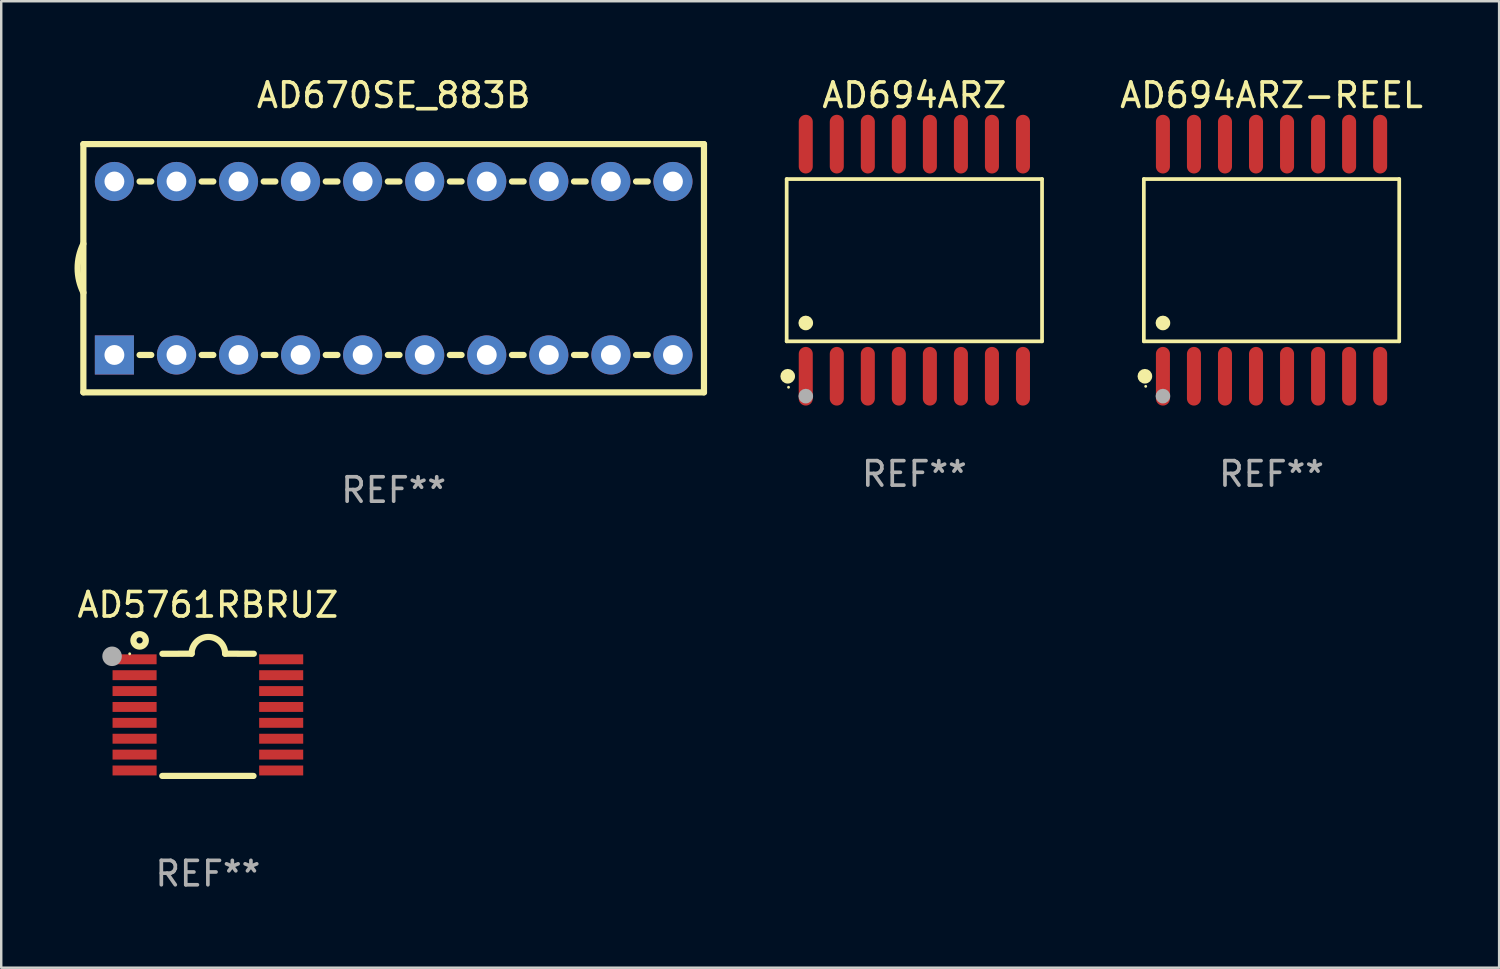
<source format=kicad_pcb>
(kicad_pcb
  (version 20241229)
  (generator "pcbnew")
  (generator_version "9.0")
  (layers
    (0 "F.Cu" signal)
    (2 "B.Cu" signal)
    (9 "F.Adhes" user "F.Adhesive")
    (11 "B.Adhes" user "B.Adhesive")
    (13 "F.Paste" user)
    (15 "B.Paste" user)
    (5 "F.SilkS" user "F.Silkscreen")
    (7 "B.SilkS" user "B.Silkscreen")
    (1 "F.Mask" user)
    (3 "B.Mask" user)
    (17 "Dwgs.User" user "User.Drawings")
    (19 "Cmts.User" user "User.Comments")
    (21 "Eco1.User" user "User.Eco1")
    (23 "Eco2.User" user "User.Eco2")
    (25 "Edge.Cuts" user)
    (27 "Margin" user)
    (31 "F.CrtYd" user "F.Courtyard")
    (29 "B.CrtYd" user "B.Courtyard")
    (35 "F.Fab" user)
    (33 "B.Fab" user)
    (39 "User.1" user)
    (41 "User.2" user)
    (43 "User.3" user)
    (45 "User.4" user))
  (footprint "AD5761RBRUZ"
    (layer "F.Cu")
    (at 5.458 26.206)
    (property "Reference" "AD5761RBRUZ" (at 0 -4.501 0) (layer "F.SilkS") (effects (font (size 1 1) (thickness 0.15))))
    (attr through_hole)
    (fp_line (start -1.868 2.501) (end 1.868 2.501) (stroke (width 0.254) (type solid)) (layer "F.SilkS"))
    (fp_line (start -1.86 -2.499) (end -0.666 -2.501) (stroke (width 0.254) (type solid)) (layer "F.SilkS"))
    (fp_line (start 0.706 -2.501) (end 1.88 -2.499) (stroke (width 0.254) (type solid)) (layer "F.SilkS"))
    (fp_arc (start -0.665914 -2.501448) (mid 0.019888 -3.18725) (end 0.70569 -2.501448) (stroke (width 0.254001) (type solid)) (layer "F.SilkS"))
    (fp_circle (center -3.2 -2.497) (end -3.17 -2.497) (stroke (width 0.06) (type solid)) (fill no) (layer "F.SilkS"))
    (fp_circle (center -2.794 -3.047) (end -2.54 -3.047) (stroke (width 0.254) (type solid)) (fill no) (layer "F.SilkS"))
    (fp_circle (center -3.921 -2.395) (end -3.721 -2.395) (stroke (width 0.4) (type solid)) (fill no) (layer "F.Fab"))
    (fp_text user "REF**" (at 0 6.501 0) (layer "F.Fab") (effects (font (size 1 1) (thickness 0.15))))
    (pad "1" smd rect (at -3 -2.272) (size 1.803 0.406) (layers "F.Cu" "F.Mask" "F.Paste"))
    (pad "2" smd rect (at -3 -1.622) (size 1.803 0.406) (layers "F.Cu" "F.Mask" "F.Paste"))
    (pad "3" smd rect (at -3 -0.972) (size 1.803 0.406) (layers "F.Cu" "F.Mask" "F.Paste"))
    (pad "4" smd rect (at -3 -0.322) (size 1.803 0.406) (layers "F.Cu" "F.Mask" "F.Paste"))
    (pad "5" smd rect (at -3 0.328) (size 1.803 0.406) (layers "F.Cu" "F.Mask" "F.Paste"))
    (pad "6" smd rect (at -3 0.978) (size 1.803 0.406) (layers "F.Cu" "F.Mask" "F.Paste"))
    (pad "7" smd rect (at -3 1.628) (size 1.803 0.406) (layers "F.Cu" "F.Mask" "F.Paste"))
    (pad "8" smd rect (at -3 2.278) (size 1.803 0.406) (layers "F.Cu" "F.Mask" "F.Paste"))
    (pad "9" smd rect (at 3 2.278) (size 1.803 0.406) (layers "F.Cu" "F.Mask" "F.Paste"))
    (pad "10" smd rect (at 3 1.628) (size 1.803 0.406) (layers "F.Cu" "F.Mask" "F.Paste"))
    (pad "11" smd rect (at 3 0.978) (size 1.803 0.406) (layers "F.Cu" "F.Mask" "F.Paste"))
    (pad "12" smd rect (at 3 0.328) (size 1.803 0.406) (layers "F.Cu" "F.Mask" "F.Paste"))
    (pad "13" smd rect (at 3 -0.322) (size 1.803 0.406) (layers "F.Cu" "F.Mask" "F.Paste"))
    (pad "14" smd rect (at 3 -0.972) (size 1.803 0.406) (layers "F.Cu" "F.Mask" "F.Paste"))
    (pad "15" smd rect (at 3 -1.622) (size 1.803 0.406) (layers "F.Cu" "F.Mask" "F.Paste"))
    (pad "16" smd rect (at 3 -2.272) (size 1.803 0.406) (layers "F.Cu" "F.Mask" "F.Paste")))
  (footprint "AD694ARZ-REEL"
    (layer "F.Cu")
    (at 48.991 7.599)
    (property "Reference" "AD694ARZ-REEL" (at 0 -6.75 0) (layer "F.SilkS") (effects (font (size 1 1) (thickness 0.15))))
    (attr through_hole)
    (fp_line (start -5.226 -3.321) (end 5.226 -3.321) (stroke (width 0.152) (type solid)) (layer "F.SilkS"))
    (fp_line (start -5.226 3.321) (end -5.226 -3.321) (stroke (width 0.152) (type solid)) (layer "F.SilkS"))
    (fp_line (start 5.226 -3.321) (end 5.226 3.321) (stroke (width 0.152) (type solid)) (layer "F.SilkS"))
    (fp_line (start 5.226 3.321) (end -5.226 3.321) (stroke (width 0.152) (type solid)) (layer "F.SilkS"))
    (fp_circle (center -5.184 4.75) (end -5.034 4.75) (stroke (width 0.3) (type solid)) (fill no) (layer "F.SilkS"))
    (fp_circle (center -5.15 5.163) (end -5.12 5.163) (stroke (width 0.06) (type solid)) (fill no) (layer "F.SilkS"))
    (fp_circle (center -4.445 2.569) (end -4.295 2.569) (stroke (width 0.3) (type solid)) (fill no) (layer "F.SilkS"))
    (fp_circle (center -4.445 5.563) (end -4.295 5.563) (stroke (width 0.3) (type solid)) (fill no) (layer "F.Fab"))
    (fp_text user "REF**" (at 0 8.75 0) (layer "F.Fab") (effects (font (size 1 1) (thickness 0.15))))
    (pad "1" smd oval (at -4.445 4.75) (size 0.574 2.401) (layers "F.Cu" "F.Mask" "F.Paste"))
    (pad "2" smd oval (at -3.175 4.75) (size 0.574 2.401) (layers "F.Cu" "F.Mask" "F.Paste"))
    (pad "3" smd oval (at -1.905 4.75) (size 0.574 2.401) (layers "F.Cu" "F.Mask" "F.Paste"))
    (pad "4" smd oval (at -0.635 4.75) (size 0.574 2.401) (layers "F.Cu" "F.Mask" "F.Paste"))
    (pad "5" smd oval (at 0.635 4.75) (size 0.574 2.401) (layers "F.Cu" "F.Mask" "F.Paste"))
    (pad "6" smd oval (at 1.905 4.75) (size 0.574 2.401) (layers "F.Cu" "F.Mask" "F.Paste"))
    (pad "7" smd oval (at 3.175 4.75) (size 0.574 2.401) (layers "F.Cu" "F.Mask" "F.Paste"))
    (pad "8" smd oval (at 4.445 4.75) (size 0.574 2.401) (layers "F.Cu" "F.Mask" "F.Paste"))
    (pad "9" smd oval (at 4.445 -4.75) (size 0.574 2.401) (layers "F.Cu" "F.Mask" "F.Paste"))
    (pad "10" smd oval (at 3.175 -4.75) (size 0.574 2.401) (layers "F.Cu" "F.Mask" "F.Paste"))
    (pad "11" smd oval (at 1.905 -4.75) (size 0.574 2.401) (layers "F.Cu" "F.Mask" "F.Paste"))
    (pad "12" smd oval (at 0.635 -4.75) (size 0.574 2.401) (layers "F.Cu" "F.Mask" "F.Paste"))
    (pad "13" smd oval (at -0.635 -4.75) (size 0.574 2.401) (layers "F.Cu" "F.Mask" "F.Paste"))
    (pad "14" smd oval (at -1.905 -4.75) (size 0.574 2.401) (layers "F.Cu" "F.Mask" "F.Paste"))
    (pad "15" smd oval (at -3.175 -4.75) (size 0.574 2.401) (layers "F.Cu" "F.Mask" "F.Paste"))
    (pad "16" smd oval (at -4.445 -4.75) (size 0.574 2.401) (layers "F.Cu" "F.Mask" "F.Paste")))
  (footprint "AD694ARZ"
    (layer "F.Cu")
    (at 34.373 7.599)
    (property "Reference" "AD694ARZ" (at 0 -6.75 0) (layer "F.SilkS") (effects (font (size 1 1) (thickness 0.15))))
    (attr through_hole)
    (fp_line (start -5.226 -3.321) (end 5.226 -3.321) (stroke (width 0.152) (type solid)) (layer "F.SilkS"))
    (fp_line (start -5.226 3.321) (end -5.226 -3.321) (stroke (width 0.152) (type solid)) (layer "F.SilkS"))
    (fp_line (start 5.226 -3.321) (end 5.226 3.321) (stroke (width 0.152) (type solid)) (layer "F.SilkS"))
    (fp_line (start 5.226 3.321) (end -5.226 3.321) (stroke (width 0.152) (type solid)) (layer "F.SilkS"))
    (fp_circle (center -5.184 4.75) (end -5.034 4.75) (stroke (width 0.3) (type solid)) (fill no) (layer "F.SilkS"))
    (fp_circle (center -5.15 5.2) (end -5.12 5.2) (stroke (width 0.06) (type solid)) (fill no) (layer "F.SilkS"))
    (fp_circle (center -4.445 2.569) (end -4.295 2.569) (stroke (width 0.3) (type solid)) (fill no) (layer "F.SilkS"))
    (fp_circle (center -4.445 5.563) (end -4.295 5.563) (stroke (width 0.3) (type solid)) (fill no) (layer "F.Fab"))
    (fp_text user "REF**" (at 0 8.75 0) (layer "F.Fab") (effects (font (size 1 1) (thickness 0.15))))
    (pad "1" smd oval (at -4.445 4.75) (size 0.574 2.401) (layers "F.Cu" "F.Mask" "F.Paste"))
    (pad "2" smd oval (at -3.175 4.75) (size 0.574 2.401) (layers "F.Cu" "F.Mask" "F.Paste"))
    (pad "3" smd oval (at -1.905 4.75) (size 0.574 2.401) (layers "F.Cu" "F.Mask" "F.Paste"))
    (pad "4" smd oval (at -0.635 4.75) (size 0.574 2.401) (layers "F.Cu" "F.Mask" "F.Paste"))
    (pad "5" smd oval (at 0.635 4.75) (size 0.574 2.401) (layers "F.Cu" "F.Mask" "F.Paste"))
    (pad "6" smd oval (at 1.905 4.75) (size 0.574 2.401) (layers "F.Cu" "F.Mask" "F.Paste"))
    (pad "7" smd oval (at 3.175 4.75) (size 0.574 2.401) (layers "F.Cu" "F.Mask" "F.Paste"))
    (pad "8" smd oval (at 4.445 4.75) (size 0.574 2.401) (layers "F.Cu" "F.Mask" "F.Paste"))
    (pad "9" smd oval (at 4.445 -4.75) (size 0.574 2.401) (layers "F.Cu" "F.Mask" "F.Paste"))
    (pad "10" smd oval (at 3.175 -4.75) (size 0.574 2.401) (layers "F.Cu" "F.Mask" "F.Paste"))
    (pad "11" smd oval (at 1.905 -4.75) (size 0.574 2.401) (layers "F.Cu" "F.Mask" "F.Paste"))
    (pad "12" smd oval (at 0.635 -4.75) (size 0.574 2.401) (layers "F.Cu" "F.Mask" "F.Paste"))
    (pad "13" smd oval (at -0.635 -4.75) (size 0.574 2.401) (layers "F.Cu" "F.Mask" "F.Paste"))
    (pad "14" smd oval (at -1.905 -4.75) (size 0.574 2.401) (layers "F.Cu" "F.Mask" "F.Paste"))
    (pad "15" smd oval (at -3.175 -4.75) (size 0.574 2.401) (layers "F.Cu" "F.Mask" "F.Paste"))
    (pad "16" smd oval (at -4.445 -4.75) (size 0.574 2.401) (layers "F.Cu" "F.Mask" "F.Paste")))
  (footprint "AD670SE_883B"
    (layer "F.Cu")
    (at 13.062 7.928)
    (property "Reference" "AD670SE_883B" (at 0 -7.08 0) (layer "F.SilkS") (effects (font (size 1 1) (thickness 0.15))))
    (attr through_hole)
    (fp_line (start -12.7 -5.08) (end -12.7 5.08) (stroke (width 0.254) (type solid)) (layer "F.SilkS"))
    (fp_line (start -12.7 5.08) (end 12.7 5.08) (stroke (width 0.254) (type solid)) (layer "F.SilkS"))
    (fp_line (start -10.399 -3.55) (end -9.921 -3.55) (stroke (width 0.254) (type solid)) (layer "F.SilkS"))
    (fp_line (start -10.399 3.55) (end -9.921 3.55) (stroke (width 0.254) (type solid)) (layer "F.SilkS"))
    (fp_line (start -7.859 -3.55) (end -7.381 -3.55) (stroke (width 0.254) (type solid)) (layer "F.SilkS"))
    (fp_line (start -7.859 3.55) (end -7.381 3.55) (stroke (width 0.254) (type solid)) (layer "F.SilkS"))
    (fp_line (start -5.319 -3.55) (end -4.841 -3.55) (stroke (width 0.254) (type solid)) (layer "F.SilkS"))
    (fp_line (start -5.319 3.55) (end -4.841 3.55) (stroke (width 0.254) (type solid)) (layer "F.SilkS"))
    (fp_line (start -2.779 -3.55) (end -2.301 -3.55) (stroke (width 0.254) (type solid)) (layer "F.SilkS"))
    (fp_line (start -2.779 3.55) (end -2.301 3.55) (stroke (width 0.254) (type solid)) (layer "F.SilkS"))
    (fp_line (start -0.239 -3.55) (end 0.239 -3.55) (stroke (width 0.254) (type solid)) (layer "F.SilkS"))
    (fp_line (start -0.239 3.55) (end 0.239 3.55) (stroke (width 0.254) (type solid)) (layer "F.SilkS"))
    (fp_line (start 2.301 -3.55) (end 2.779 -3.55) (stroke (width 0.254) (type solid)) (layer "F.SilkS"))
    (fp_line (start 2.301 3.55) (end 2.779 3.55) (stroke (width 0.254) (type solid)) (layer "F.SilkS"))
    (fp_line (start 4.841 -3.55) (end 5.319 -3.55) (stroke (width 0.254) (type solid)) (layer "F.SilkS"))
    (fp_line (start 4.841 3.55) (end 5.319 3.55) (stroke (width 0.254) (type solid)) (layer "F.SilkS"))
    (fp_line (start 7.381 -3.55) (end 7.859 -3.55) (stroke (width 0.254) (type solid)) (layer "F.SilkS"))
    (fp_line (start 7.381 3.55) (end 7.859 3.55) (stroke (width 0.254) (type solid)) (layer "F.SilkS"))
    (fp_line (start 9.921 -3.55) (end 10.399 -3.55) (stroke (width 0.254) (type solid)) (layer "F.SilkS"))
    (fp_line (start 9.921 3.55) (end 10.399 3.55) (stroke (width 0.254) (type solid)) (layer "F.SilkS"))
    (fp_line (start 12.7 -5.08) (end -12.7 -5.08) (stroke (width 0.254) (type solid)) (layer "F.SilkS"))
    (fp_line (start 12.7 5.08) (end 12.7 -5.08) (stroke (width 0.254) (type solid)) (layer "F.SilkS"))
    (fp_arc (start -12.697638 0.999974) (mid -12.934513 0.000281) (end -12.700025 -0.999975) (stroke (width 0.254001) (type solid)) (layer "F.SilkS"))
    (fp_circle (center -12.7 5.08) (end -12.67 5.08) (stroke (width 0.06) (type solid)) (fill no) (layer "F.SilkS"))
    (fp_text user "REF**" (at 0 9.08 0) (layer "F.Fab") (effects (font (size 1 1) (thickness 0.15))))
    (pad "1" thru_hole rect (at -11.43 3.55) (size 1.6 1.6) (drill 0.813) (layers "*.Cu" "*.Mask"))
    (pad "2" thru_hole circle (at -8.89 3.55) (size 1.6 1.6) (drill 0.813) (layers "*.Cu" "*.Mask"))
    (pad "3" thru_hole circle (at -6.35 3.55) (size 1.6 1.6) (drill 0.813) (layers "*.Cu" "*.Mask"))
    (pad "4" thru_hole circle (at -3.81 3.55) (size 1.6 1.6) (drill 0.813) (layers "*.Cu" "*.Mask"))
    (pad "5" thru_hole circle (at -1.27 3.55) (size 1.6 1.6) (drill 0.813) (layers "*.Cu" "*.Mask"))
    (pad "6" thru_hole circle (at 1.27 3.55) (size 1.6 1.6) (drill 0.813) (layers "*.Cu" "*.Mask"))
    (pad "7" thru_hole circle (at 3.81 3.55) (size 1.6 1.6) (drill 0.813) (layers "*.Cu" "*.Mask"))
    (pad "8" thru_hole circle (at 6.35 3.55) (size 1.6 1.6) (drill 0.813) (layers "*.Cu" "*.Mask"))
    (pad "9" thru_hole circle (at 8.89 3.55) (size 1.6 1.6) (drill 0.813) (layers "*.Cu" "*.Mask"))
    (pad "10" thru_hole circle (at 11.43 3.55) (size 1.6 1.6) (drill 0.813) (layers "*.Cu" "*.Mask"))
    (pad "11" thru_hole circle (at 11.43 -3.55) (size 1.6 1.6) (drill 0.813) (layers "*.Cu" "*.Mask"))
    (pad "12" thru_hole circle (at 8.89 -3.55) (size 1.6 1.6) (drill 0.813) (layers "*.Cu" "*.Mask"))
    (pad "13" thru_hole circle (at 6.35 -3.55) (size 1.6 1.6) (drill 0.813) (layers "*.Cu" "*.Mask"))
    (pad "14" thru_hole circle (at 3.81 -3.55) (size 1.6 1.6) (drill 0.813) (layers "*.Cu" "*.Mask"))
    (pad "15" thru_hole circle (at 1.27 -3.55) (size 1.6 1.6) (drill 0.813) (layers "*.Cu" "*.Mask"))
    (pad "16" thru_hole circle (at -1.27 -3.55) (size 1.6 1.6) (drill 0.813) (layers "*.Cu" "*.Mask"))
    (pad "17" thru_hole circle (at -3.81 -3.55) (size 1.6 1.6) (drill 0.813) (layers "*.Cu" "*.Mask"))
    (pad "18" thru_hole circle (at -6.35 -3.55) (size 1.6 1.6) (drill 0.813) (layers "*.Cu" "*.Mask"))
    (pad "19" thru_hole circle (at -8.89 -3.55) (size 1.6 1.6) (drill 0.813) (layers "*.Cu" "*.Mask"))
    (pad "20" thru_hole circle (at -11.43 -3.55) (size 1.6 1.6) (drill 0.813) (layers "*.Cu" "*.Mask")))
  (gr_rect
    (start -3 -3)
    (end 58.306 36.556)
    (stroke (width 0.1) (type default))
    (fill no)
    (layer "Edge.Cuts")))
</source>
